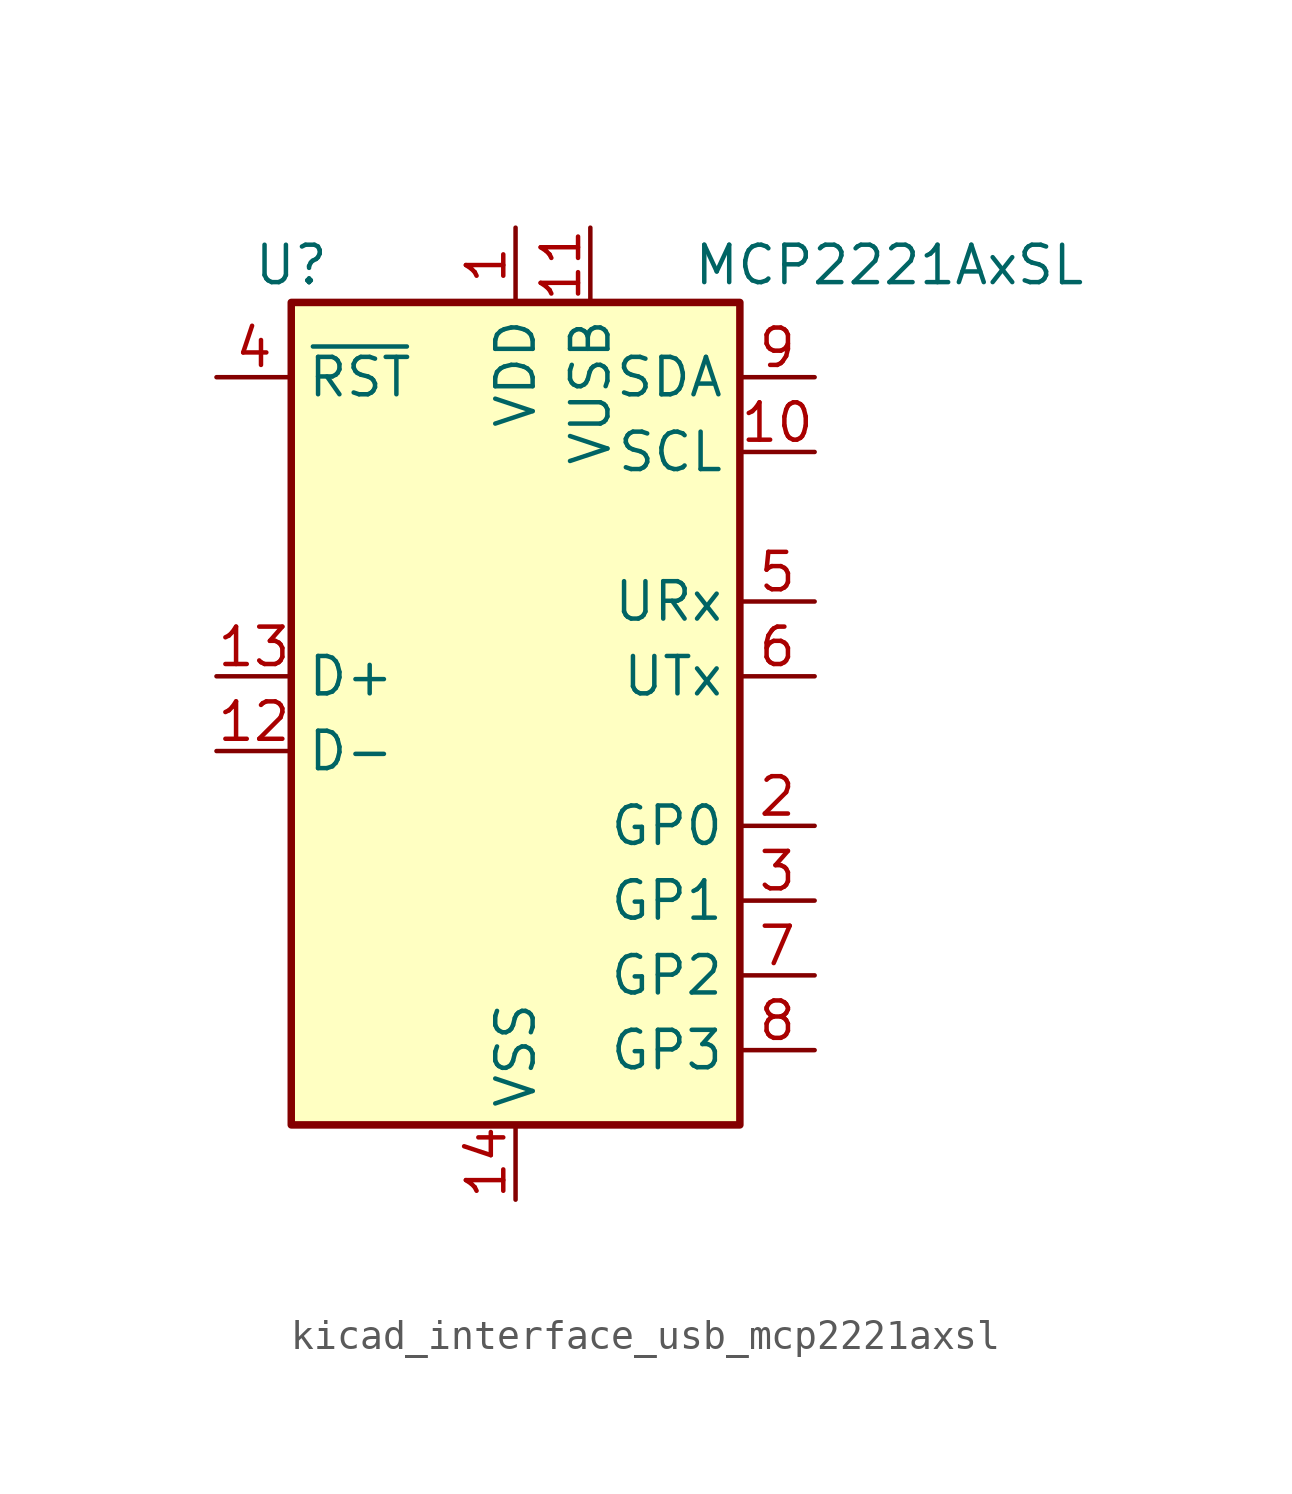
<source format=kicad_sym>
(kicad_symbol_lib
  (version 20220914)
  (generator kicad_symbol_editor)
  (symbol "kicad_interface_usb_mcp2221axsl"
    (property "Reference" "U"
      (at -7.62 16.51 0)
      (effects (font (size 1.27 1.27))))
    (property "Value" "MCP2221AxSL"
      (at 12.7 16.51 0)
      (effects (font (size 1.27 1.27))))
    (symbol "kicad_interface_usb_mcp2221axsl_0_1"
      (rectangle (start -7.62 15.24) (end 7.62 -12.7) (stroke (width 0.254) (type default)) (fill (type background))))
    (symbol "kicad_interface_usb_mcp2221axsl_1_1"
      (pin power_in line (at 0 17.78 270) (length 2.54) (name "VDD" (effects (font (size 1.27 1.27)))) (number "1" (effects (font (size 1.27 1.27)))))
      (pin bidirectional line (at 10.16 10.16 180) (length 2.54) (name "SCL" (effects (font (size 1.27 1.27)))) (number "10" (effects (font (size 1.27 1.27)))))
      (pin passive line (at 2.54 17.78 270) (length 2.54) (name "VUSB" (effects (font (size 1.27 1.27)))) (number "11" (effects (font (size 1.27 1.27)))))
      (pin bidirectional line (at -10.16 0 0) (length 2.54) (name "D-" (effects (font (size 1.27 1.27)))) (number "12" (effects (font (size 1.27 1.27)))))
      (pin bidirectional line (at -10.16 2.54 0) (length 2.54) (name "D+" (effects (font (size 1.27 1.27)))) (number "13" (effects (font (size 1.27 1.27)))))
      (pin power_in line (at 0 -15.24 90) (length 2.54) (name "VSS" (effects (font (size 1.27 1.27)))) (number "14" (effects (font (size 1.27 1.27)))))
      (pin bidirectional line (at 10.16 -2.54 180) (length 2.54) (name "GP0" (effects (font (size 1.27 1.27)))) (number "2" (effects (font (size 1.27 1.27)))))
      (pin bidirectional line (at 10.16 -5.08 180) (length 2.54) (name "GP1" (effects (font (size 1.27 1.27)))) (number "3" (effects (font (size 1.27 1.27)))))
      (pin input line (at -10.16 12.7 0) (length 2.54) (name "~{RST}" (effects (font (size 1.27 1.27)))) (number "4" (effects (font (size 1.27 1.27)))))
      (pin input line (at 10.16 5.08 180) (length 2.54) (name "URx" (effects (font (size 1.27 1.27)))) (number "5" (effects (font (size 1.27 1.27)))))
      (pin output line (at 10.16 2.54 180) (length 2.54) (name "UTx" (effects (font (size 1.27 1.27)))) (number "6" (effects (font (size 1.27 1.27)))))
      (pin bidirectional line (at 10.16 -7.62 180) (length 2.54) (name "GP2" (effects (font (size 1.27 1.27)))) (number "7" (effects (font (size 1.27 1.27)))))
      (pin bidirectional line (at 10.16 -10.16 180) (length 2.54) (name "GP3" (effects (font (size 1.27 1.27)))) (number "8" (effects (font (size 1.27 1.27)))))
      (pin bidirectional line (at 10.16 12.7 180) (length 2.54) (name "SDA" (effects (font (size 1.27 1.27)))) (number "9" (effects (font (size 1.27 1.27))))))))
</source>
